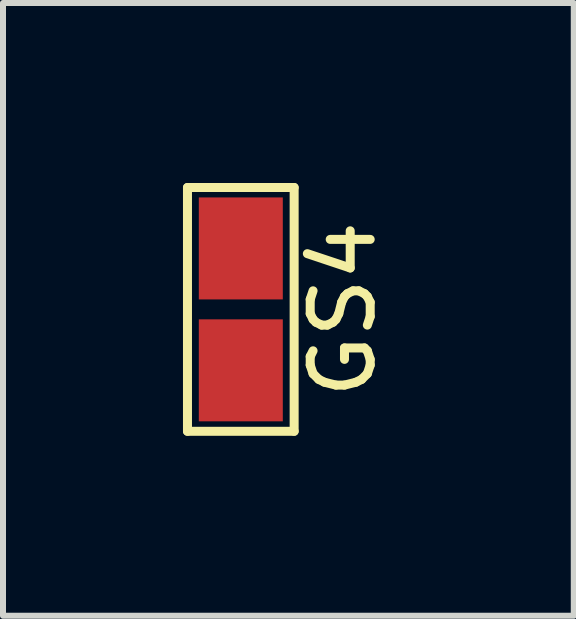
<source format=kicad_pcb>
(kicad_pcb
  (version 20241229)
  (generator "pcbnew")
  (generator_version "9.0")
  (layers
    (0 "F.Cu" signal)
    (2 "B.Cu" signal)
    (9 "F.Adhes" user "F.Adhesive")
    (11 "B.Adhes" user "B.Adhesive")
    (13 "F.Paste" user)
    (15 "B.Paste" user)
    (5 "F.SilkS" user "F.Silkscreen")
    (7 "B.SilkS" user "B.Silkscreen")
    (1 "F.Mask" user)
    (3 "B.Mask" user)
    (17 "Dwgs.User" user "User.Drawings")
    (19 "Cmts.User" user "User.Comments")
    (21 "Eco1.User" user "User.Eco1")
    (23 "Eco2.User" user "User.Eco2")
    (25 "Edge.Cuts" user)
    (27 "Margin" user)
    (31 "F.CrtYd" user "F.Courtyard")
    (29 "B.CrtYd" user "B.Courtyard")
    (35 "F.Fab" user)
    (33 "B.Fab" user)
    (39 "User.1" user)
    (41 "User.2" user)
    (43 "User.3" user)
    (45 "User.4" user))
  (footprint "GS4"
    (layer "F.Cu")
    (at 0.964 2.107)
    (property "Reference" "GS4" (at 1.702 0 90) (layer "F.SilkS") (effects (font (size 1 1) (thickness 0.15))))
    (attr through_hole)
    (fp_line (start -0.889 -2.032) (end -0.889 2.032) (stroke (width 0.15) (type solid)) (layer "F.SilkS"))
    (fp_line (start -0.889 2.032) (end 0.889 2.032) (stroke (width 0.15) (type solid)) (layer "F.SilkS"))
    (fp_line (start 0.889 -2.032) (end -0.889 -2.032) (stroke (width 0.15) (type solid)) (layer "F.SilkS"))
    (fp_line (start 0.889 2.032) (end 0.889 -2.032) (stroke (width 0.15) (type solid)) (layer "F.SilkS"))
    (pad "1" smd trapezoid (at 0 -1.016) (size 1.4 1.7) (layers "F.Cu" "F.Mask" "F.Paste"))
    (pad "2" smd trapezoid (at 0 1.016) (size 1.4 1.7) (layers "F.Cu" "F.Mask" "F.Paste")))
  (gr_rect
    (start -3 -3)
    (end 6.514 7.214)
    (stroke (width 0.1) (type default))
    (fill no)
    (layer "Edge.Cuts")))
</source>
